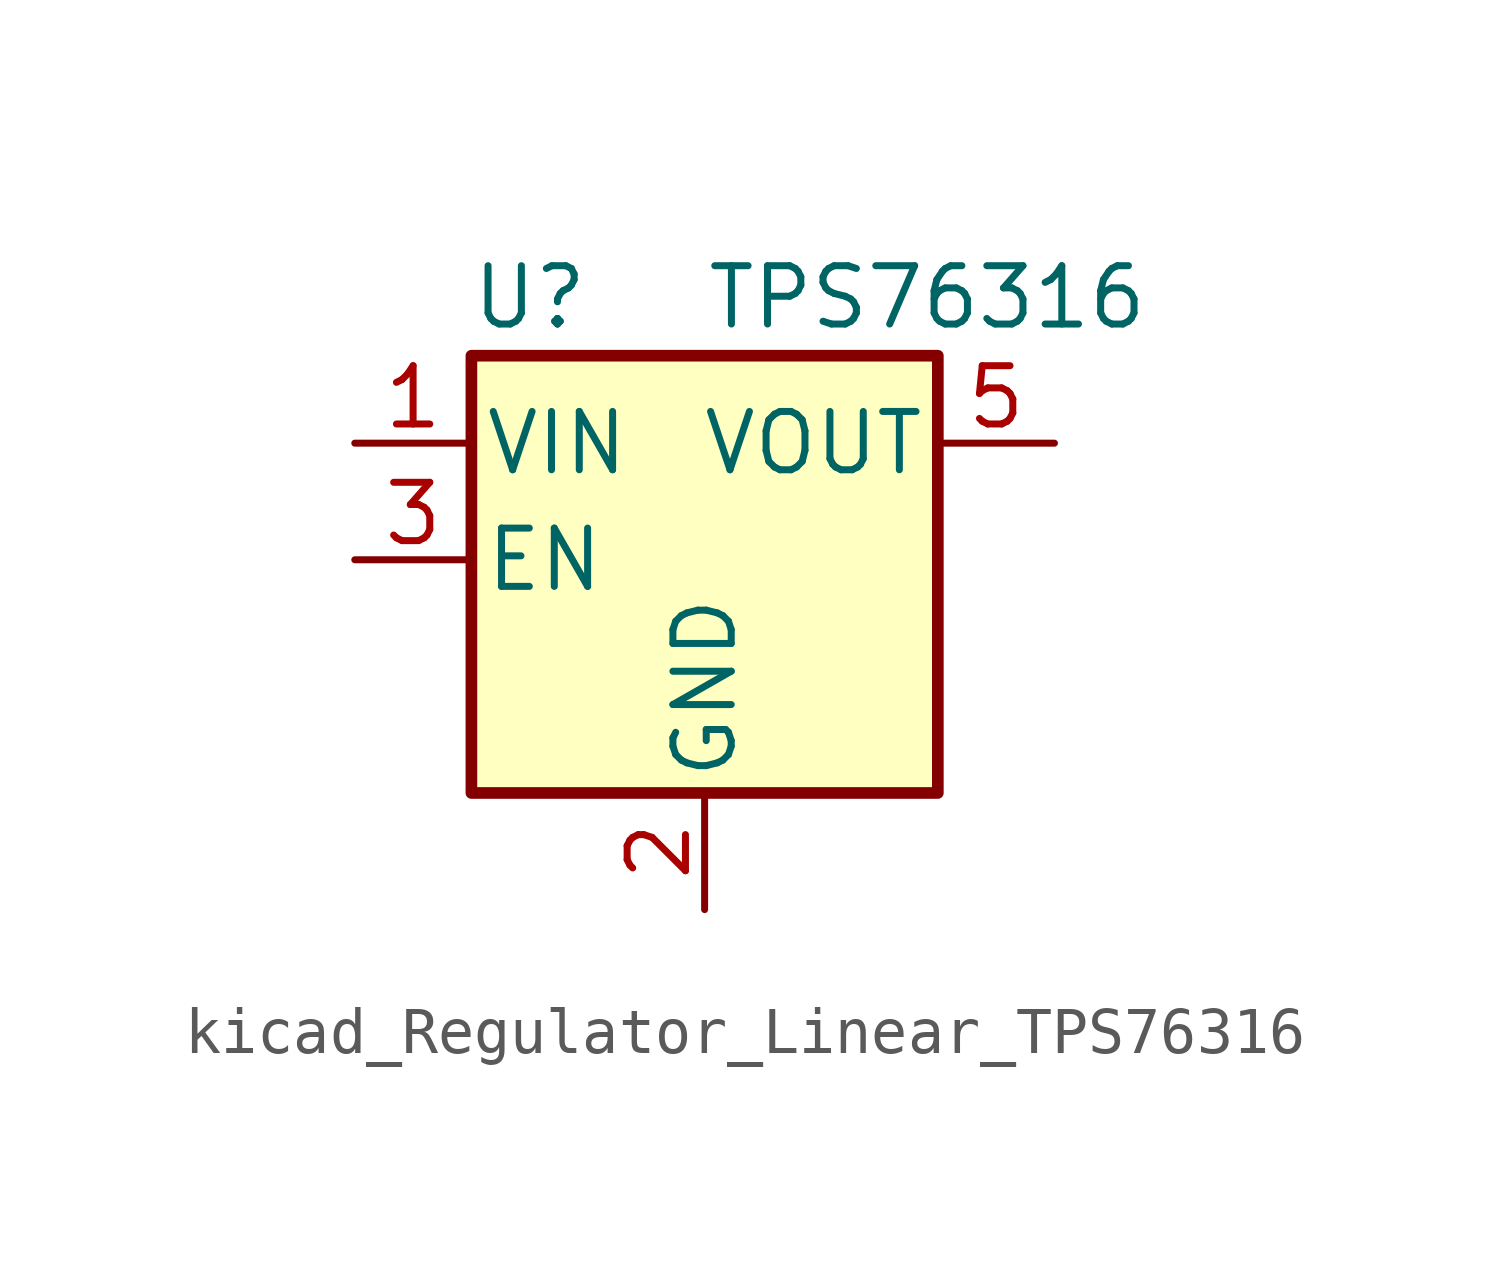
<source format=kicad_sym>
(kicad_symbol_lib
  (version 20220914)
  (generator kicad_symbol_editor)
  (symbol "kicad_Regulator_Linear_TPS76316"
    (pin_names
      (offset 0.254))
    (property "Reference" "U"
      (at -3.81 5.715 0)
      (effects (font (size 1.27 1.27))))
    (property "Value" "TPS76316"
      (at 0 5.715 0)
      (effects (font (size 1.27 1.27)) (justify left)))
    (symbol "kicad_Regulator_Linear_TPS76316_0_1"
      (rectangle (start -5.08 4.445) (end 5.08 -5.08) (stroke (width 0.254) (type default)) (fill (type background))))
    (symbol "kicad_Regulator_Linear_TPS76316_1_1"
      (pin power_in line (at -7.62 2.54 0) (length 2.54) (name "VIN" (effects (font (size 1.27 1.27)))) (number "1" (effects (font (size 1.27 1.27)))))
      (pin power_in line (at 0 -7.62 90) (length 2.54) (name "GND" (effects (font (size 1.27 1.27)))) (number "2" (effects (font (size 1.27 1.27)))))
      (pin input line (at -7.62 0 0) (length 2.54) (name "EN" (effects (font (size 1.27 1.27)))) (number "3" (effects (font (size 1.27 1.27)))))
      (pin no_connect line (at 5.08 0 180) (length 2.54) hide (name "NC" (effects (font (size 1.27 1.27)))) (number "4" (effects (font (size 1.27 1.27)))))
      (pin power_out line (at 7.62 2.54 180) (length 2.54) (name "VOUT" (effects (font (size 1.27 1.27)))) (number "5" (effects (font (size 1.27 1.27))))))))
</source>
